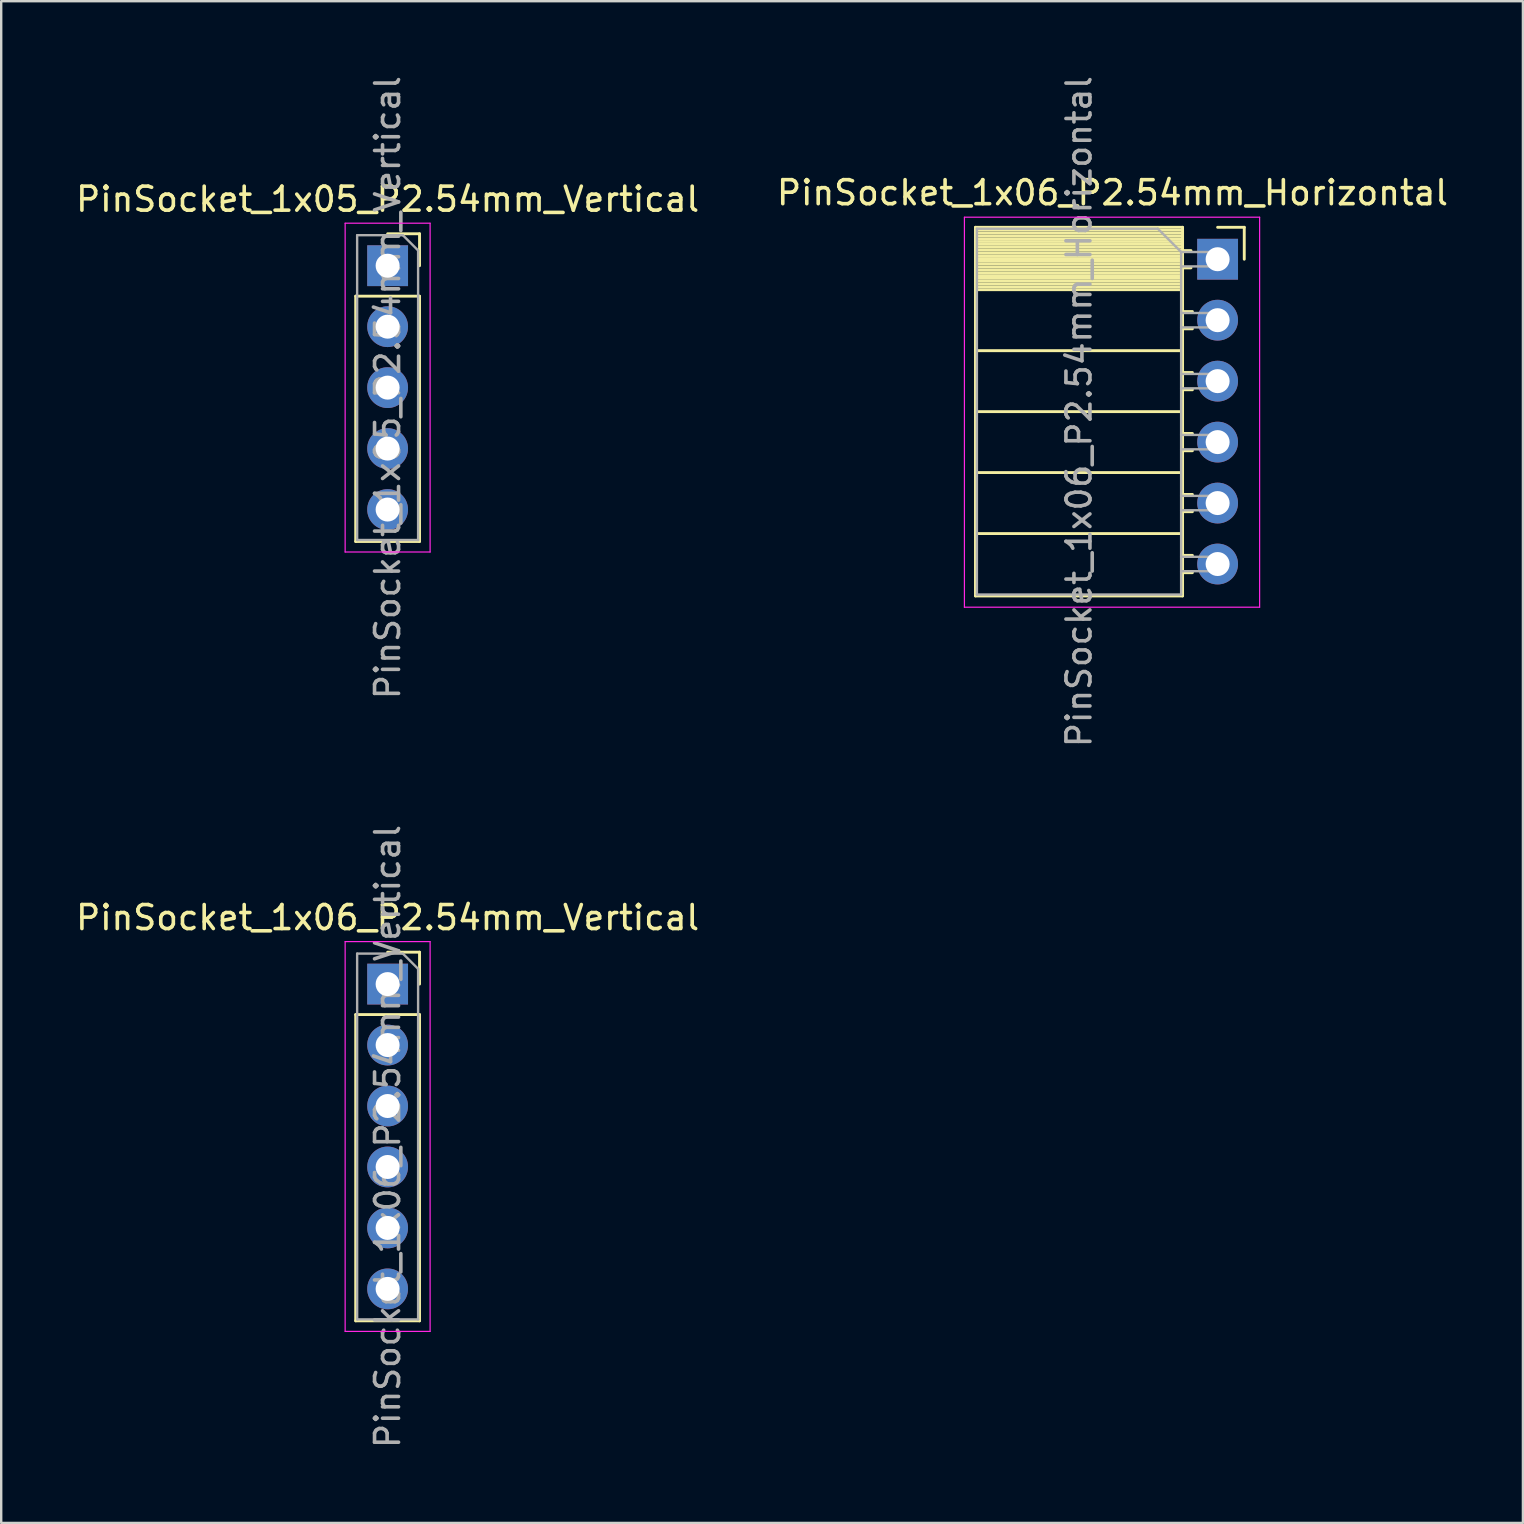
<source format=kicad_pcb>
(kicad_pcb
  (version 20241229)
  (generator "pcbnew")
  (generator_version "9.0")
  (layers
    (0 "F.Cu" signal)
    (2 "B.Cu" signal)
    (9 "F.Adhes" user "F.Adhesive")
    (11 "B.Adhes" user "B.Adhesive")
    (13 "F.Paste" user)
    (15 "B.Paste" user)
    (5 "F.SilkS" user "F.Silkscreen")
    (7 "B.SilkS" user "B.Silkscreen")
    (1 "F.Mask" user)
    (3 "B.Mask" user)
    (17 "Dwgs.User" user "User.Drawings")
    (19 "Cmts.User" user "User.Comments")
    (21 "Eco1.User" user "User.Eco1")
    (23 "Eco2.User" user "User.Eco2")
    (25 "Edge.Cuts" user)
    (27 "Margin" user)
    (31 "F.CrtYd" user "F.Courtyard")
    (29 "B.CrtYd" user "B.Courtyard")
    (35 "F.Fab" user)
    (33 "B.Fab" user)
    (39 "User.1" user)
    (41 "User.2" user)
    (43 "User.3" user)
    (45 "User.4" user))
  (footprint "PinSocket_1x06_P2.54mm_Horizontal"
    (layer "F.Cu")
    (at 47.684 7.751)
    (property "Reference" "PinSocket_1x06_P2.54mm_Horizontal" (at -4.38 -2.77 0) (layer "F.SilkS") (effects (font (size 1 1) (thickness 0.15))))
    (attr through_hole)
    (fp_line (start -10.09 -1.33) (end -10.09 14.03) (stroke (width 0.12) (type solid)) (layer "F.SilkS"))
    (fp_line (start -10.09 -1.33) (end -1.46 -1.33) (stroke (width 0.12) (type solid)) (layer "F.SilkS"))
    (fp_line (start -10.09 -1.21) (end -1.46 -1.21) (stroke (width 0.12) (type solid)) (layer "F.SilkS"))
    (fp_line (start -10.09 -1.092) (end -1.46 -1.092) (stroke (width 0.12) (type solid)) (layer "F.SilkS"))
    (fp_line (start -10.09 -0.974) (end -1.46 -0.974) (stroke (width 0.12) (type solid)) (layer "F.SilkS"))
    (fp_line (start -10.09 -0.856) (end -1.46 -0.856) (stroke (width 0.12) (type solid)) (layer "F.SilkS"))
    (fp_line (start -10.09 -0.738) (end -1.46 -0.738) (stroke (width 0.12) (type solid)) (layer "F.SilkS"))
    (fp_line (start -10.09 -0.62) (end -1.46 -0.62) (stroke (width 0.12) (type solid)) (layer "F.SilkS"))
    (fp_line (start -10.09 -0.501) (end -1.46 -0.501) (stroke (width 0.12) (type solid)) (layer "F.SilkS"))
    (fp_line (start -10.09 -0.383) (end -1.46 -0.383) (stroke (width 0.12) (type solid)) (layer "F.SilkS"))
    (fp_line (start -10.09 -0.265) (end -1.46 -0.265) (stroke (width 0.12) (type solid)) (layer "F.SilkS"))
    (fp_line (start -10.09 -0.147) (end -1.46 -0.147) (stroke (width 0.12) (type solid)) (layer "F.SilkS"))
    (fp_line (start -10.09 -0.029) (end -1.46 -0.029) (stroke (width 0.12) (type solid)) (layer "F.SilkS"))
    (fp_line (start -10.09 0.089) (end -1.46 0.089) (stroke (width 0.12) (type solid)) (layer "F.SilkS"))
    (fp_line (start -10.09 0.207) (end -1.46 0.207) (stroke (width 0.12) (type solid)) (layer "F.SilkS"))
    (fp_line (start -10.09 0.325) (end -1.46 0.325) (stroke (width 0.12) (type solid)) (layer "F.SilkS"))
    (fp_line (start -10.09 0.443) (end -1.46 0.443) (stroke (width 0.12) (type solid)) (layer "F.SilkS"))
    (fp_line (start -10.09 0.561) (end -1.46 0.561) (stroke (width 0.12) (type solid)) (layer "F.SilkS"))
    (fp_line (start -10.09 0.68) (end -1.46 0.68) (stroke (width 0.12) (type solid)) (layer "F.SilkS"))
    (fp_line (start -10.09 0.798) (end -1.46 0.798) (stroke (width 0.12) (type solid)) (layer "F.SilkS"))
    (fp_line (start -10.09 0.916) (end -1.46 0.916) (stroke (width 0.12) (type solid)) (layer "F.SilkS"))
    (fp_line (start -10.09 1.034) (end -1.46 1.034) (stroke (width 0.12) (type solid)) (layer "F.SilkS"))
    (fp_line (start -10.09 1.152) (end -1.46 1.152) (stroke (width 0.12) (type solid)) (layer "F.SilkS"))
    (fp_line (start -10.09 1.27) (end -1.46 1.27) (stroke (width 0.12) (type solid)) (layer "F.SilkS"))
    (fp_line (start -10.09 3.81) (end -1.46 3.81) (stroke (width 0.12) (type solid)) (layer "F.SilkS"))
    (fp_line (start -10.09 6.35) (end -1.46 6.35) (stroke (width 0.12) (type solid)) (layer "F.SilkS"))
    (fp_line (start -10.09 8.89) (end -1.46 8.89) (stroke (width 0.12) (type solid)) (layer "F.SilkS"))
    (fp_line (start -10.09 11.43) (end -1.46 11.43) (stroke (width 0.12) (type solid)) (layer "F.SilkS"))
    (fp_line (start -10.09 14.03) (end -1.46 14.03) (stroke (width 0.12) (type solid)) (layer "F.SilkS"))
    (fp_line (start -1.46 -1.33) (end -1.46 14.03) (stroke (width 0.12) (type solid)) (layer "F.SilkS"))
    (fp_line (start -1.46 -0.36) (end -1.11 -0.36) (stroke (width 0.12) (type solid)) (layer "F.SilkS"))
    (fp_line (start -1.46 0.36) (end -1.11 0.36) (stroke (width 0.12) (type solid)) (layer "F.SilkS"))
    (fp_line (start -1.46 2.18) (end -1.05 2.18) (stroke (width 0.12) (type solid)) (layer "F.SilkS"))
    (fp_line (start -1.46 2.9) (end -1.05 2.9) (stroke (width 0.12) (type solid)) (layer "F.SilkS"))
    (fp_line (start -1.46 4.72) (end -1.05 4.72) (stroke (width 0.12) (type solid)) (layer "F.SilkS"))
    (fp_line (start -1.46 5.44) (end -1.05 5.44) (stroke (width 0.12) (type solid)) (layer "F.SilkS"))
    (fp_line (start -1.46 7.26) (end -1.05 7.26) (stroke (width 0.12) (type solid)) (layer "F.SilkS"))
    (fp_line (start -1.46 7.98) (end -1.05 7.98) (stroke (width 0.12) (type solid)) (layer "F.SilkS"))
    (fp_line (start -1.46 9.8) (end -1.05 9.8) (stroke (width 0.12) (type solid)) (layer "F.SilkS"))
    (fp_line (start -1.46 10.52) (end -1.05 10.52) (stroke (width 0.12) (type solid)) (layer "F.SilkS"))
    (fp_line (start -1.46 12.34) (end -1.05 12.34) (stroke (width 0.12) (type solid)) (layer "F.SilkS"))
    (fp_line (start -1.46 13.06) (end -1.05 13.06) (stroke (width 0.12) (type solid)) (layer "F.SilkS"))
    (fp_line (start 0 -1.33) (end 1.11 -1.33) (stroke (width 0.12) (type solid)) (layer "F.SilkS"))
    (fp_line (start 1.11 -1.33) (end 1.11 0) (stroke (width 0.12) (type solid)) (layer "F.SilkS"))
    (fp_line (start -10.55 -1.75) (end -10.55 14.5) (stroke (width 0.05) (type solid)) (layer "F.CrtYd"))
    (fp_line (start -10.55 14.5) (end 1.75 14.5) (stroke (width 0.05) (type solid)) (layer "F.CrtYd"))
    (fp_line (start 1.75 -1.75) (end -10.55 -1.75) (stroke (width 0.05) (type solid)) (layer "F.CrtYd"))
    (fp_line (start 1.75 14.5) (end 1.75 -1.75) (stroke (width 0.05) (type solid)) (layer "F.CrtYd"))
    (fp_line (start -10.03 -1.27) (end -2.49 -1.27) (stroke (width 0.1) (type solid)) (layer "F.Fab"))
    (fp_line (start -10.03 13.97) (end -10.03 -1.27) (stroke (width 0.1) (type solid)) (layer "F.Fab"))
    (fp_line (start -2.49 -1.27) (end -1.52 -0.3) (stroke (width 0.1) (type solid)) (layer "F.Fab"))
    (fp_line (start -1.52 -0.3) (end -1.52 13.97) (stroke (width 0.1) (type solid)) (layer "F.Fab"))
    (fp_line (start -1.52 0.3) (end 0 0.3) (stroke (width 0.1) (type solid)) (layer "F.Fab"))
    (fp_line (start -1.52 2.84) (end 0 2.84) (stroke (width 0.1) (type solid)) (layer "F.Fab"))
    (fp_line (start -1.52 5.38) (end 0 5.38) (stroke (width 0.1) (type solid)) (layer "F.Fab"))
    (fp_line (start -1.52 7.92) (end 0 7.92) (stroke (width 0.1) (type solid)) (layer "F.Fab"))
    (fp_line (start -1.52 10.46) (end 0 10.46) (stroke (width 0.1) (type solid)) (layer "F.Fab"))
    (fp_line (start -1.52 13) (end 0 13) (stroke (width 0.1) (type solid)) (layer "F.Fab"))
    (fp_line (start -1.52 13.97) (end -10.03 13.97) (stroke (width 0.1) (type solid)) (layer "F.Fab"))
    (fp_line (start 0 -0.3) (end -1.52 -0.3) (stroke (width 0.1) (type solid)) (layer "F.Fab"))
    (fp_line (start 0 0.3) (end 0 -0.3) (stroke (width 0.1) (type solid)) (layer "F.Fab"))
    (fp_line (start 0 2.24) (end -1.52 2.24) (stroke (width 0.1) (type solid)) (layer "F.Fab"))
    (fp_line (start 0 2.84) (end 0 2.24) (stroke (width 0.1) (type solid)) (layer "F.Fab"))
    (fp_line (start 0 4.78) (end -1.52 4.78) (stroke (width 0.1) (type solid)) (layer "F.Fab"))
    (fp_line (start 0 5.38) (end 0 4.78) (stroke (width 0.1) (type solid)) (layer "F.Fab"))
    (fp_line (start 0 7.32) (end -1.52 7.32) (stroke (width 0.1) (type solid)) (layer "F.Fab"))
    (fp_line (start 0 7.92) (end 0 7.32) (stroke (width 0.1) (type solid)) (layer "F.Fab"))
    (fp_line (start 0 9.86) (end -1.52 9.86) (stroke (width 0.1) (type solid)) (layer "F.Fab"))
    (fp_line (start 0 10.46) (end 0 9.86) (stroke (width 0.1) (type solid)) (layer "F.Fab"))
    (fp_line (start 0 12.4) (end -1.52 12.4) (stroke (width 0.1) (type solid)) (layer "F.Fab"))
    (fp_line (start 0 13) (end 0 12.4) (stroke (width 0.1) (type solid)) (layer "F.Fab"))
    (fp_text user "${REFERENCE}" (at -5.775 6.35 90) (layer "F.Fab") (effects (font (size 1 1) (thickness 0.15))))
    (pad "1" thru_hole rect (at 0 0) (size 1.7 1.7) (drill 1) (layers "*.Cu" "*.Mask"))
    (pad "2" thru_hole circle (at 0 2.54) (size 1.7 1.7) (drill 1) (layers "*.Cu" "*.Mask"))
    (pad "3" thru_hole circle (at 0 5.08) (size 1.7 1.7) (drill 1) (layers "*.Cu" "*.Mask"))
    (pad "4" thru_hole circle (at 0 7.62) (size 1.7 1.7) (drill 1) (layers "*.Cu" "*.Mask"))
    (pad "5" thru_hole circle (at 0 10.16) (size 1.7 1.7) (drill 1) (layers "*.Cu" "*.Mask"))
    (pad "6" thru_hole circle (at 0 12.7) (size 1.7 1.7) (drill 1) (layers "*.Cu" "*.Mask")))
  (footprint "PinSocket_1x05_P2.54mm_Vertical"
    (layer "F.Cu")
    (at 13.101 8.021)
    (property "Reference" "PinSocket_1x05_P2.54mm_Vertical" (at 0 -2.77 0) (layer "F.SilkS") (effects (font (size 1 1) (thickness 0.15))))
    (attr through_hole)
    (fp_line (start -1.33 1.27) (end -1.33 11.49) (stroke (width 0.12) (type solid)) (layer "F.SilkS"))
    (fp_line (start -1.33 1.27) (end 1.33 1.27) (stroke (width 0.12) (type solid)) (layer "F.SilkS"))
    (fp_line (start -1.33 11.49) (end 1.33 11.49) (stroke (width 0.12) (type solid)) (layer "F.SilkS"))
    (fp_line (start 0 -1.33) (end 1.33 -1.33) (stroke (width 0.12) (type solid)) (layer "F.SilkS"))
    (fp_line (start 1.33 -1.33) (end 1.33 0) (stroke (width 0.12) (type solid)) (layer "F.SilkS"))
    (fp_line (start 1.33 1.27) (end 1.33 11.49) (stroke (width 0.12) (type solid)) (layer "F.SilkS"))
    (fp_line (start -1.77 -1.77) (end 1.77 -1.77) (stroke (width 0.05) (type solid)) (layer "F.CrtYd"))
    (fp_line (start -1.77 11.93) (end -1.77 -1.77) (stroke (width 0.05) (type solid)) (layer "F.CrtYd"))
    (fp_line (start 1.77 -1.77) (end 1.77 11.93) (stroke (width 0.05) (type solid)) (layer "F.CrtYd"))
    (fp_line (start 1.77 11.93) (end -1.77 11.93) (stroke (width 0.05) (type solid)) (layer "F.CrtYd"))
    (fp_line (start -1.27 -1.27) (end 0.635 -1.27) (stroke (width 0.1) (type solid)) (layer "F.Fab"))
    (fp_line (start -1.27 11.43) (end -1.27 -1.27) (stroke (width 0.1) (type solid)) (layer "F.Fab"))
    (fp_line (start 0.635 -1.27) (end 1.27 -0.635) (stroke (width 0.1) (type solid)) (layer "F.Fab"))
    (fp_line (start 1.27 -0.635) (end 1.27 11.43) (stroke (width 0.1) (type solid)) (layer "F.Fab"))
    (fp_line (start 1.27 11.43) (end -1.27 11.43) (stroke (width 0.1) (type solid)) (layer "F.Fab"))
    (fp_text user "${REFERENCE}" (at 0 5.08 90) (layer "F.Fab") (effects (font (size 1 1) (thickness 0.15))))
    (pad "1" thru_hole rect (at 0 0) (size 1.7 1.7) (drill 1) (layers "*.Cu" "*.Mask"))
    (pad "2" thru_hole circle (at 0 2.54) (size 1.7 1.7) (drill 1) (layers "*.Cu" "*.Mask"))
    (pad "3" thru_hole circle (at 0 5.08) (size 1.7 1.7) (drill 1) (layers "*.Cu" "*.Mask"))
    (pad "4" thru_hole circle (at 0 7.62) (size 1.7 1.7) (drill 1) (layers "*.Cu" "*.Mask"))
    (pad "5" thru_hole circle (at 0 10.16) (size 1.7 1.7) (drill 1) (layers "*.Cu" "*.Mask")))
  (footprint "PinSocket_1x06_P2.54mm_Vertical"
    (layer "F.Cu")
    (at 13.101 37.954)
    (property "Reference" "PinSocket_1x06_P2.54mm_Vertical" (at 0 -2.77 0) (layer "F.SilkS") (effects (font (size 1 1) (thickness 0.15))))
    (attr through_hole)
    (fp_line (start -1.33 1.27) (end -1.33 14.03) (stroke (width 0.12) (type solid)) (layer "F.SilkS"))
    (fp_line (start -1.33 1.27) (end 1.33 1.27) (stroke (width 0.12) (type solid)) (layer "F.SilkS"))
    (fp_line (start -1.33 14.03) (end 1.33 14.03) (stroke (width 0.12) (type solid)) (layer "F.SilkS"))
    (fp_line (start 0 -1.33) (end 1.33 -1.33) (stroke (width 0.12) (type solid)) (layer "F.SilkS"))
    (fp_line (start 1.33 -1.33) (end 1.33 0) (stroke (width 0.12) (type solid)) (layer "F.SilkS"))
    (fp_line (start 1.33 1.27) (end 1.33 14.03) (stroke (width 0.12) (type solid)) (layer "F.SilkS"))
    (fp_line (start -1.77 -1.77) (end 1.77 -1.77) (stroke (width 0.05) (type solid)) (layer "F.CrtYd"))
    (fp_line (start -1.77 14.47) (end -1.77 -1.77) (stroke (width 0.05) (type solid)) (layer "F.CrtYd"))
    (fp_line (start 1.77 -1.77) (end 1.77 14.47) (stroke (width 0.05) (type solid)) (layer "F.CrtYd"))
    (fp_line (start 1.77 14.47) (end -1.77 14.47) (stroke (width 0.05) (type solid)) (layer "F.CrtYd"))
    (fp_line (start -1.27 -1.27) (end 0.635 -1.27) (stroke (width 0.1) (type solid)) (layer "F.Fab"))
    (fp_line (start -1.27 13.97) (end -1.27 -1.27) (stroke (width 0.1) (type solid)) (layer "F.Fab"))
    (fp_line (start 0.635 -1.27) (end 1.27 -0.635) (stroke (width 0.1) (type solid)) (layer "F.Fab"))
    (fp_line (start 1.27 -0.635) (end 1.27 13.97) (stroke (width 0.1) (type solid)) (layer "F.Fab"))
    (fp_line (start 1.27 13.97) (end -1.27 13.97) (stroke (width 0.1) (type solid)) (layer "F.Fab"))
    (fp_text user "${REFERENCE}" (at 0 6.35 90) (layer "F.Fab") (effects (font (size 1 1) (thickness 0.15))))
    (pad "1" thru_hole rect (at 0 0) (size 1.7 1.7) (drill 1) (layers "*.Cu" "*.Mask"))
    (pad "2" thru_hole circle (at 0 2.54) (size 1.7 1.7) (drill 1) (layers "*.Cu" "*.Mask"))
    (pad "3" thru_hole circle (at 0 5.08) (size 1.7 1.7) (drill 1) (layers "*.Cu" "*.Mask"))
    (pad "4" thru_hole circle (at 0 7.62) (size 1.7 1.7) (drill 1) (layers "*.Cu" "*.Mask"))
    (pad "5" thru_hole circle (at 0 10.16) (size 1.7 1.7) (drill 1) (layers "*.Cu" "*.Mask"))
    (pad "6" thru_hole circle (at 0 12.7) (size 1.7 1.7) (drill 1) (layers "*.Cu" "*.Mask")))
  (gr_rect
    (start -3 -3)
    (end 60.405 60.405)
    (stroke (width 0.1) (type default))
    (fill no)
    (layer "Edge.Cuts")))
</source>
